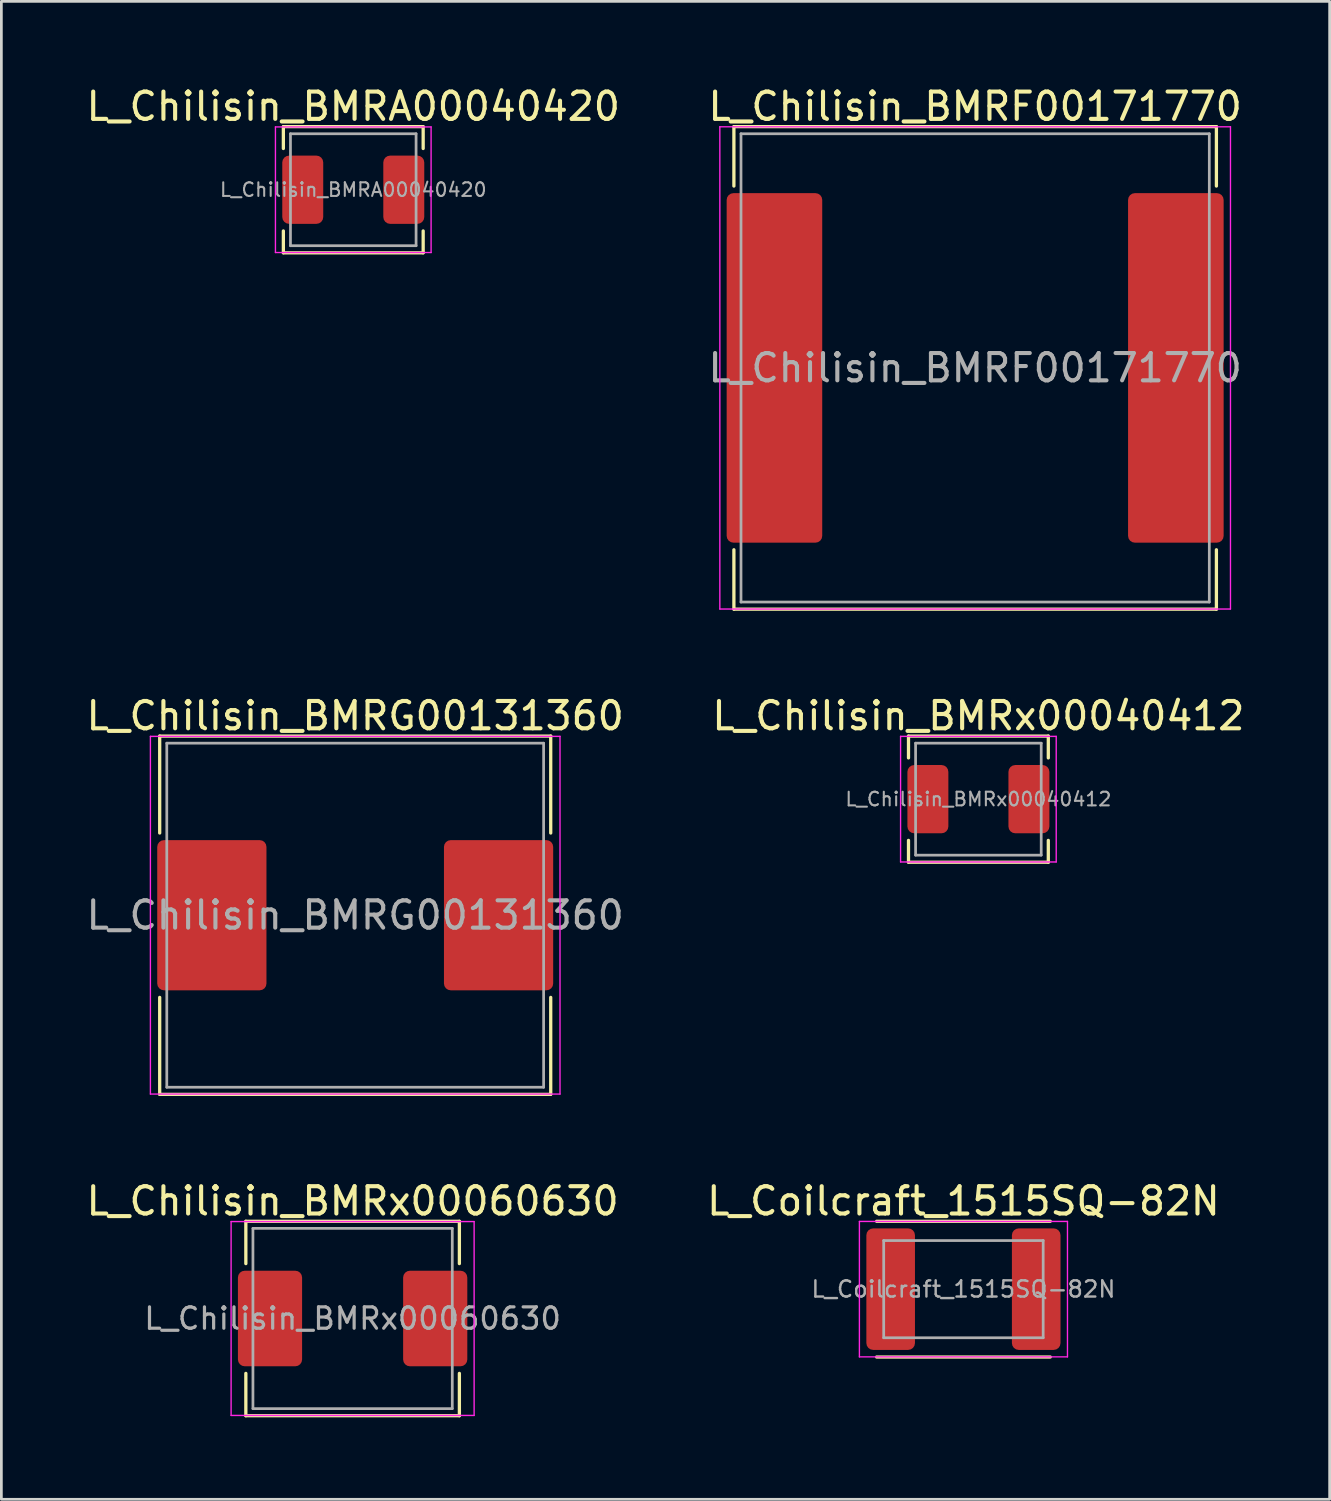
<source format=kicad_pcb>
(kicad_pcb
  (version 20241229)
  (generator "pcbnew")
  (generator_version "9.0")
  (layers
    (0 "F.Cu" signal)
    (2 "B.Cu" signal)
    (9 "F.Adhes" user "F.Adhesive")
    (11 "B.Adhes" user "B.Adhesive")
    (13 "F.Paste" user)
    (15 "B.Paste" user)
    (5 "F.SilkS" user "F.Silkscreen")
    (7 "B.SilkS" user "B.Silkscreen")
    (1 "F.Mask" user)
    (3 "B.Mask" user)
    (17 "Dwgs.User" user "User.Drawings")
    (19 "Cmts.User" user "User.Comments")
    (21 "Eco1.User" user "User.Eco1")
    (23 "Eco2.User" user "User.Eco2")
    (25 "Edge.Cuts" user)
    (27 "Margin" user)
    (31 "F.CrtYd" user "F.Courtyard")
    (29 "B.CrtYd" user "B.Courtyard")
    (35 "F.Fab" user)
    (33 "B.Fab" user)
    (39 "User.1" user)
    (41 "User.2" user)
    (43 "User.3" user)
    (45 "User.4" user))
  (footprint "L_Chilisin_BMRx00040412"
    (layer "F.Cu")
    (at 32.78 26.216)
    (property "Reference" "L_Chilisin_BMRx00040412" (at 0 -3.05 0) (layer "F.SilkS") (effects (font (size 1 1) (thickness 0.15))))
    (attr smd)
    (fp_line (start -2.56 -2.31) (end -2.56 -1.51) (stroke (width 0.12) (type solid)) (layer "F.SilkS"))
    (fp_line (start -2.56 -2.31) (end 2.56 -2.31) (stroke (width 0.12) (type solid)) (layer "F.SilkS"))
    (fp_line (start -2.56 2.31) (end -2.56 1.51) (stroke (width 0.12) (type solid)) (layer "F.SilkS"))
    (fp_line (start -2.56 2.31) (end 2.56 2.31) (stroke (width 0.12) (type solid)) (layer "F.SilkS"))
    (fp_line (start 2.56 -2.31) (end 2.56 -1.51) (stroke (width 0.12) (type solid)) (layer "F.SilkS"))
    (fp_line (start 2.56 2.31) (end 2.56 1.51) (stroke (width 0.12) (type solid)) (layer "F.SilkS"))
    (fp_line (start -2.85 -2.3) (end -2.85 2.3) (stroke (width 0.05) (type solid)) (layer "F.CrtYd"))
    (fp_line (start -2.85 2.3) (end 2.85 2.3) (stroke (width 0.05) (type solid)) (layer "F.CrtYd"))
    (fp_line (start 2.85 -2.3) (end -2.85 -2.3) (stroke (width 0.05) (type solid)) (layer "F.CrtYd"))
    (fp_line (start 2.85 2.3) (end 2.85 -2.3) (stroke (width 0.05) (type solid)) (layer "F.CrtYd"))
    (fp_line (start -2.3 -2.05) (end -2.3 2.05) (stroke (width 0.1) (type solid)) (layer "F.Fab"))
    (fp_line (start -2.3 2.05) (end 2.3 2.05) (stroke (width 0.1) (type solid)) (layer "F.Fab"))
    (fp_line (start 2.3 -2.05) (end -2.3 -2.05) (stroke (width 0.1) (type solid)) (layer "F.Fab"))
    (fp_line (start 2.3 2.05) (end 2.3 -2.05) (stroke (width 0.1) (type solid)) (layer "F.Fab"))
    (fp_text user "${REFERENCE}" (at 0 0 0) (layer "F.Fab") (effects (font (size 0.5 0.5) (thickness 0.075))))
    (pad "1" smd roundrect (at -1.85 0) (size 1.5 2.5) (layers "F.Cu" "F.Mask" "F.Paste") (roundrect_rratio 0.167))
    (pad "2" smd roundrect (at 1.85 0) (size 1.5 2.5) (layers "F.Cu" "F.Mask" "F.Paste") (roundrect_rratio 0.167)))
  (footprint "L_Chilisin_BMRx00060630"
    (layer "F.Cu")
    (at 9.863 45.235)
    (property "Reference" "L_Chilisin_BMRx00060630" (at 0 -4.3 0) (layer "F.SilkS") (effects (font (size 1 1) (thickness 0.15))))
    (attr smd)
    (fp_line (start -3.91 -3.56) (end -3.91 -2.01) (stroke (width 0.12) (type solid)) (layer "F.SilkS"))
    (fp_line (start -3.91 -3.56) (end 3.91 -3.56) (stroke (width 0.12) (type solid)) (layer "F.SilkS"))
    (fp_line (start -3.91 3.56) (end -3.91 2.01) (stroke (width 0.12) (type solid)) (layer "F.SilkS"))
    (fp_line (start -3.91 3.56) (end 3.91 3.56) (stroke (width 0.12) (type solid)) (layer "F.SilkS"))
    (fp_line (start 3.91 -3.56) (end 3.91 -2.01) (stroke (width 0.12) (type solid)) (layer "F.SilkS"))
    (fp_line (start 3.91 3.56) (end 3.91 2.01) (stroke (width 0.12) (type solid)) (layer "F.SilkS"))
    (fp_line (start -4.45 -3.55) (end -4.45 3.55) (stroke (width 0.05) (type solid)) (layer "F.CrtYd"))
    (fp_line (start -4.45 3.55) (end 4.45 3.55) (stroke (width 0.05) (type solid)) (layer "F.CrtYd"))
    (fp_line (start 4.45 -3.55) (end -4.45 -3.55) (stroke (width 0.05) (type solid)) (layer "F.CrtYd"))
    (fp_line (start 4.45 3.55) (end 4.45 -3.55) (stroke (width 0.05) (type solid)) (layer "F.CrtYd"))
    (fp_line (start -3.65 -3.3) (end -3.65 3.3) (stroke (width 0.1) (type solid)) (layer "F.Fab"))
    (fp_line (start -3.65 3.3) (end 3.65 3.3) (stroke (width 0.1) (type solid)) (layer "F.Fab"))
    (fp_line (start 3.65 -3.3) (end -3.65 -3.3) (stroke (width 0.1) (type solid)) (layer "F.Fab"))
    (fp_line (start 3.65 3.3) (end 3.65 -3.3) (stroke (width 0.1) (type solid)) (layer "F.Fab"))
    (fp_text user "${REFERENCE}" (at 0 0 0) (layer "F.Fab") (effects (font (size 0.783 0.783) (thickness 0.117))))
    (pad "1" smd roundrect (at -3.025 0) (size 2.35 3.5) (layers "F.Cu" "F.Mask" "F.Paste") (roundrect_rratio 0.106))
    (pad "2" smd roundrect (at 3.025 0) (size 2.35 3.5) (layers "F.Cu" "F.Mask" "F.Paste") (roundrect_rratio 0.106)))
  (footprint "L_Chilisin_BMRG00131360"
    (layer "F.Cu")
    (at 9.958 30.466)
    (property "Reference" "L_Chilisin_BMRG00131360" (at 0 -7.3 0) (layer "F.SilkS") (effects (font (size 1 1) (thickness 0.15))))
    (attr smd)
    (fp_line (start -7.16 -6.56) (end -7.16 -3.01) (stroke (width 0.12) (type solid)) (layer "F.SilkS"))
    (fp_line (start -7.16 -6.56) (end 7.16 -6.56) (stroke (width 0.12) (type solid)) (layer "F.SilkS"))
    (fp_line (start -7.16 6.56) (end -7.16 3.01) (stroke (width 0.12) (type solid)) (layer "F.SilkS"))
    (fp_line (start -7.16 6.56) (end 7.16 6.56) (stroke (width 0.12) (type solid)) (layer "F.SilkS"))
    (fp_line (start 7.16 -6.56) (end 7.16 -3.01) (stroke (width 0.12) (type solid)) (layer "F.SilkS"))
    (fp_line (start 7.16 6.56) (end 7.16 3.01) (stroke (width 0.12) (type solid)) (layer "F.SilkS"))
    (fp_line (start -7.5 -6.55) (end -7.5 6.55) (stroke (width 0.05) (type solid)) (layer "F.CrtYd"))
    (fp_line (start -7.5 6.55) (end 7.5 6.55) (stroke (width 0.05) (type solid)) (layer "F.CrtYd"))
    (fp_line (start 7.5 -6.55) (end -7.5 -6.55) (stroke (width 0.05) (type solid)) (layer "F.CrtYd"))
    (fp_line (start 7.5 6.55) (end 7.5 -6.55) (stroke (width 0.05) (type solid)) (layer "F.CrtYd"))
    (fp_line (start -6.9 -6.3) (end -6.9 6.3) (stroke (width 0.1) (type solid)) (layer "F.Fab"))
    (fp_line (start -6.9 6.3) (end 6.9 6.3) (stroke (width 0.1) (type solid)) (layer "F.Fab"))
    (fp_line (start 6.9 -6.3) (end -6.9 -6.3) (stroke (width 0.1) (type solid)) (layer "F.Fab"))
    (fp_line (start 6.9 6.3) (end 6.9 -6.3) (stroke (width 0.1) (type solid)) (layer "F.Fab"))
    (fp_text user "${REFERENCE}" (at 0 0 0) (layer "F.Fab") (effects (font (size 1 1) (thickness 0.15))))
    (pad "1" smd roundrect (at -5.25 0) (size 4 5.5) (layers "F.Cu" "F.Mask" "F.Paste") (roundrect_rratio 0.062))
    (pad "2" smd roundrect (at 5.25 0) (size 4 5.5) (layers "F.Cu" "F.Mask" "F.Paste") (roundrect_rratio 0.062)))
  (footprint "L_Chilisin_BMRA00040420"
    (layer "F.Cu")
    (at 9.887 3.898)
    (property "Reference" "L_Chilisin_BMRA00040420" (at 0 -3.05 0) (layer "F.SilkS") (effects (font (size 1 1) (thickness 0.15))))
    (attr smd)
    (fp_line (start -2.56 -2.31) (end -2.56 -1.51) (stroke (width 0.12) (type solid)) (layer "F.SilkS"))
    (fp_line (start -2.56 -2.31) (end 2.56 -2.31) (stroke (width 0.12) (type solid)) (layer "F.SilkS"))
    (fp_line (start -2.56 2.31) (end -2.56 1.51) (stroke (width 0.12) (type solid)) (layer "F.SilkS"))
    (fp_line (start -2.56 2.31) (end 2.56 2.31) (stroke (width 0.12) (type solid)) (layer "F.SilkS"))
    (fp_line (start 2.56 -2.31) (end 2.56 -1.51) (stroke (width 0.12) (type solid)) (layer "F.SilkS"))
    (fp_line (start 2.56 2.31) (end 2.56 1.51) (stroke (width 0.12) (type solid)) (layer "F.SilkS"))
    (fp_line (start -2.85 -2.3) (end -2.85 2.3) (stroke (width 0.05) (type solid)) (layer "F.CrtYd"))
    (fp_line (start -2.85 2.3) (end 2.85 2.3) (stroke (width 0.05) (type solid)) (layer "F.CrtYd"))
    (fp_line (start 2.85 -2.3) (end -2.85 -2.3) (stroke (width 0.05) (type solid)) (layer "F.CrtYd"))
    (fp_line (start 2.85 2.3) (end 2.85 -2.3) (stroke (width 0.05) (type solid)) (layer "F.CrtYd"))
    (fp_line (start -2.3 -2.05) (end -2.3 2.05) (stroke (width 0.1) (type solid)) (layer "F.Fab"))
    (fp_line (start -2.3 2.05) (end 2.3 2.05) (stroke (width 0.1) (type solid)) (layer "F.Fab"))
    (fp_line (start 2.3 -2.05) (end -2.3 -2.05) (stroke (width 0.1) (type solid)) (layer "F.Fab"))
    (fp_line (start 2.3 2.05) (end 2.3 -2.05) (stroke (width 0.1) (type solid)) (layer "F.Fab"))
    (fp_text user "${REFERENCE}" (at 0 0 0) (layer "F.Fab") (effects (font (size 0.5 0.5) (thickness 0.075))))
    (pad "1" smd roundrect (at -1.85 0) (size 1.5 2.5) (layers "F.Cu" "F.Mask" "F.Paste") (roundrect_rratio 0.167))
    (pad "2" smd roundrect (at 1.85 0) (size 1.5 2.5) (layers "F.Cu" "F.Mask" "F.Paste") (roundrect_rratio 0.167)))
  (footprint "L_Coilcraft_1515SQ-82N"
    (layer "F.Cu")
    (at 32.232 44.16)
    (property "Reference" "L_Coilcraft_1515SQ-82N" (at 0 -3.225 0) (layer "F.SilkS") (effects (font (size 1 1) (thickness 0.15))))
    (attr smd)
    (fp_line (start -3.18 -2.485) (end 3.18 -2.485) (stroke (width 0.12) (type solid)) (layer "F.SilkS"))
    (fp_line (start -3.18 2.485) (end 3.18 2.485) (stroke (width 0.12) (type solid)) (layer "F.SilkS"))
    (fp_line (start -3.81 -2.48) (end -3.81 2.48) (stroke (width 0.05) (type solid)) (layer "F.CrtYd"))
    (fp_line (start -3.81 2.48) (end 3.81 2.48) (stroke (width 0.05) (type solid)) (layer "F.CrtYd"))
    (fp_line (start 3.81 -2.48) (end -3.81 -2.48) (stroke (width 0.05) (type solid)) (layer "F.CrtYd"))
    (fp_line (start 3.81 2.48) (end 3.81 -2.48) (stroke (width 0.05) (type solid)) (layer "F.CrtYd"))
    (fp_line (start -2.92 -1.78) (end -2.92 1.78) (stroke (width 0.1) (type solid)) (layer "F.Fab"))
    (fp_line (start -2.92 1.78) (end 2.92 1.78) (stroke (width 0.1) (type solid)) (layer "F.Fab"))
    (fp_line (start 2.92 -1.78) (end -2.92 -1.78) (stroke (width 0.1) (type solid)) (layer "F.Fab"))
    (fp_line (start 2.92 1.78) (end 2.92 -1.78) (stroke (width 0.1) (type solid)) (layer "F.Fab"))
    (fp_text user "${REFERENCE}" (at 0 0 0) (layer "F.Fab") (effects (font (size 0.593 0.593) (thickness 0.089))))
    (pad "1" smd roundrect (at -2.665 0) (size 1.78 4.45) (layers "F.Cu" "F.Mask" "F.Paste") (roundrect_rratio 0.14))
    (pad "2" smd roundrect (at 2.665 0) (size 1.78 4.45) (layers "F.Cu" "F.Mask" "F.Paste") (roundrect_rratio 0.14)))
  (footprint "L_Chilisin_BMRF00171770"
    (layer "F.Cu")
    (at 32.661 10.423)
    (property "Reference" "L_Chilisin_BMRF00171770" (at 0 -9.575 0) (layer "F.SilkS") (effects (font (size 1 1) (thickness 0.15))))
    (attr smd)
    (fp_line (start -8.835 -8.835) (end -8.835 -6.66) (stroke (width 0.12) (type solid)) (layer "F.SilkS"))
    (fp_line (start -8.835 -8.835) (end 8.835 -8.835) (stroke (width 0.12) (type solid)) (layer "F.SilkS"))
    (fp_line (start -8.835 8.835) (end -8.835 6.66) (stroke (width 0.12) (type solid)) (layer "F.SilkS"))
    (fp_line (start -8.835 8.835) (end 8.835 8.835) (stroke (width 0.12) (type solid)) (layer "F.SilkS"))
    (fp_line (start 8.835 -8.835) (end 8.835 -6.66) (stroke (width 0.12) (type solid)) (layer "F.SilkS"))
    (fp_line (start 8.835 8.835) (end 8.835 6.66) (stroke (width 0.12) (type solid)) (layer "F.SilkS"))
    (fp_line (start -9.35 -8.83) (end -9.35 8.83) (stroke (width 0.05) (type solid)) (layer "F.CrtYd"))
    (fp_line (start -9.35 8.83) (end 9.35 8.83) (stroke (width 0.05) (type solid)) (layer "F.CrtYd"))
    (fp_line (start 9.35 -8.83) (end -9.35 -8.83) (stroke (width 0.05) (type solid)) (layer "F.CrtYd"))
    (fp_line (start 9.35 8.83) (end 9.35 -8.83) (stroke (width 0.05) (type solid)) (layer "F.CrtYd"))
    (fp_line (start -8.575 -8.575) (end -8.575 8.575) (stroke (width 0.1) (type solid)) (layer "F.Fab"))
    (fp_line (start -8.575 8.575) (end 8.575 8.575) (stroke (width 0.1) (type solid)) (layer "F.Fab"))
    (fp_line (start 8.575 -8.575) (end -8.575 -8.575) (stroke (width 0.1) (type solid)) (layer "F.Fab"))
    (fp_line (start 8.575 8.575) (end 8.575 -8.575) (stroke (width 0.1) (type solid)) (layer "F.Fab"))
    (fp_text user "${REFERENCE}" (at 0 0 0) (layer "F.Fab") (effects (font (size 1 1) (thickness 0.15))))
    (pad "1" smd roundrect (at -7.35 0) (size 3.5 12.8) (layers "F.Cu" "F.Mask" "F.Paste") (roundrect_rratio 0.071))
    (pad "2" smd roundrect (at 7.35 0) (size 3.5 12.8) (layers "F.Cu" "F.Mask" "F.Paste") (roundrect_rratio 0.071)))
  (gr_rect
    (start -3 -3)
    (end 45.643 51.855)
    (stroke (width 0.1) (type default))
    (fill no)
    (layer "Edge.Cuts")))
</source>
